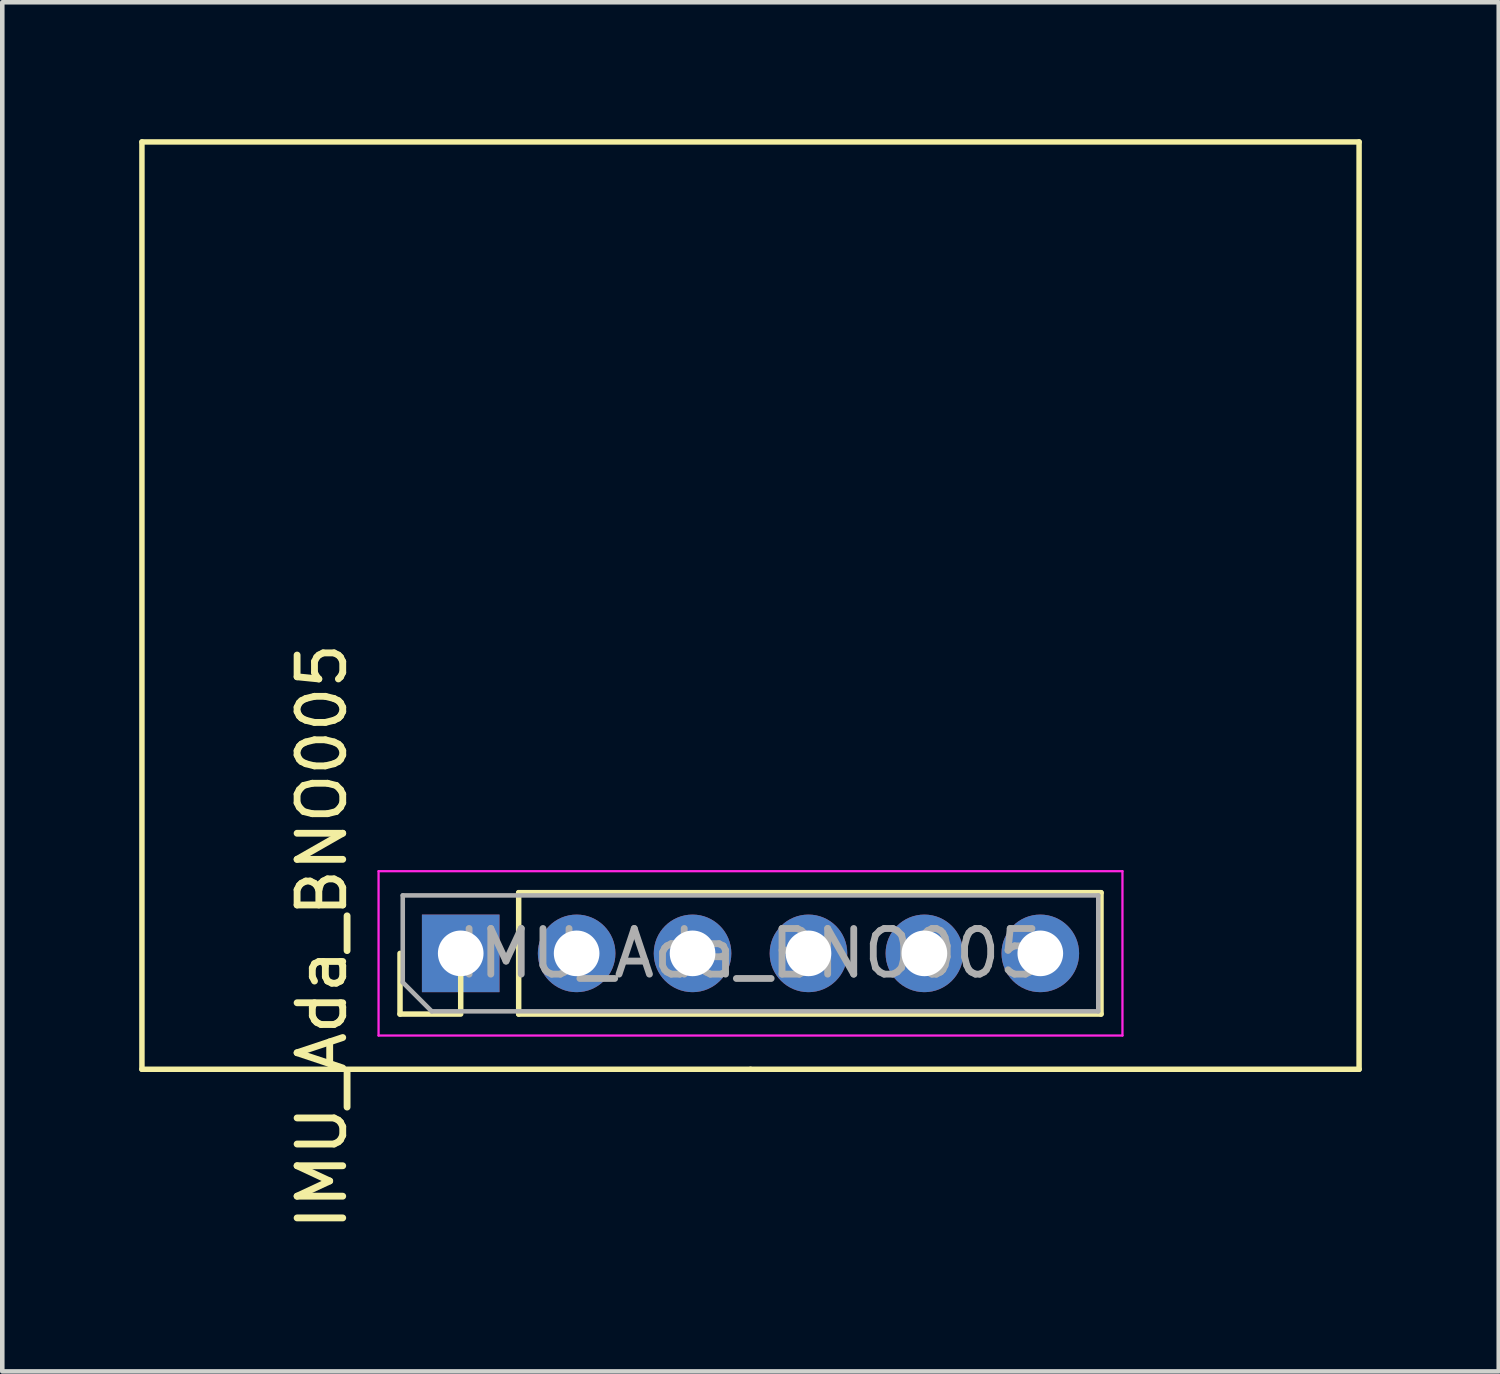
<source format=kicad_pcb>
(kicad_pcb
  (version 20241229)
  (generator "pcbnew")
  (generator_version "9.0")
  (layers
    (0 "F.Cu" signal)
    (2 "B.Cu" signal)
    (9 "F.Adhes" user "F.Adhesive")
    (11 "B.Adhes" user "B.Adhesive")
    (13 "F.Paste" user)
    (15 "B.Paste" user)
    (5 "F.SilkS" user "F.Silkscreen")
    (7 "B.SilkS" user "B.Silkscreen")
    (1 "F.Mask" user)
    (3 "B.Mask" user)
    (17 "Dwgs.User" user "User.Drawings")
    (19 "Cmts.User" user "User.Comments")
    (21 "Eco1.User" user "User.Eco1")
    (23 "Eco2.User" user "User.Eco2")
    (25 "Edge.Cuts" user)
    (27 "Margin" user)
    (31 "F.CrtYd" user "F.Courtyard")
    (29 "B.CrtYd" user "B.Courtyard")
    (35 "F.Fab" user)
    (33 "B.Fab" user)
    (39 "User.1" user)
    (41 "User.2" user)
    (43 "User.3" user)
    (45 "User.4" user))
  (footprint "IMU_Ada_BNO005"
    (layer "F.Cu")
    (at 7.045 17.84)
    (property "Reference" "IMU_Ada_BNO005" (at -3.04 -0.37 90) (layer "F.SilkS") (effects (font (size 1 1) (thickness 0.15))))
    (attr through_hole)
    (fp_line (start -6.985 -17.78) (end -6.985 2.54) (stroke (width 0.12) (type solid)) (layer "F.SilkS"))
    (fp_line (start -6.985 -17.78) (end 19.685 -17.78) (stroke (width 0.12) (type solid)) (layer "F.SilkS"))
    (fp_line (start -6.985 2.54) (end 6.35 2.54) (stroke (width 0.12) (type solid)) (layer "F.SilkS"))
    (fp_line (start -1.33 1.33) (end -1.33 0) (stroke (width 0.12) (type solid)) (layer "F.SilkS"))
    (fp_line (start 0 0) (end 0 1.27) (stroke (width 0.12) (type solid)) (layer "F.SilkS"))
    (fp_line (start 0 1.33) (end -1.33 1.33) (stroke (width 0.12) (type solid)) (layer "F.SilkS"))
    (fp_line (start 1.27 -1.33) (end 14.03 -1.33) (stroke (width 0.12) (type solid)) (layer "F.SilkS"))
    (fp_line (start 1.27 1.33) (end 1.27 -1.33) (stroke (width 0.12) (type solid)) (layer "F.SilkS"))
    (fp_line (start 1.27 1.33) (end 14.03 1.33) (stroke (width 0.12) (type solid)) (layer "F.SilkS"))
    (fp_line (start 14.03 1.33) (end 14.03 -1.33) (stroke (width 0.12) (type solid)) (layer "F.SilkS"))
    (fp_line (start 19.685 -17.78) (end 19.685 2.54) (stroke (width 0.12) (type solid)) (layer "F.SilkS"))
    (fp_line (start 19.685 2.54) (end 6.35 2.54) (stroke (width 0.12) (type solid)) (layer "F.SilkS"))
    (fp_line (start -1.8 -1.8) (end -1.8 1.8) (stroke (width 0.05) (type solid)) (layer "F.CrtYd"))
    (fp_line (start -1.8 1.8) (end 14.5 1.8) (stroke (width 0.05) (type solid)) (layer "F.CrtYd"))
    (fp_line (start 14.5 -1.8) (end -1.8 -1.8) (stroke (width 0.05) (type solid)) (layer "F.CrtYd"))
    (fp_line (start 14.5 1.8) (end 14.5 -1.8) (stroke (width 0.05) (type solid)) (layer "F.CrtYd"))
    (fp_line (start -1.27 -1.27) (end 13.97 -1.27) (stroke (width 0.1) (type solid)) (layer "F.Fab"))
    (fp_line (start -1.27 0.635) (end -1.27 -1.27) (stroke (width 0.1) (type solid)) (layer "F.Fab"))
    (fp_line (start -0.635 1.27) (end -1.27 0.635) (stroke (width 0.1) (type solid)) (layer "F.Fab"))
    (fp_line (start 13.97 -1.27) (end 13.97 1.27) (stroke (width 0.1) (type solid)) (layer "F.Fab"))
    (fp_line (start 13.97 1.27) (end -0.635 1.27) (stroke (width 0.1) (type solid)) (layer "F.Fab"))
    (fp_text user "${REFERENCE}" (at 6.35 0 180) (layer "F.Fab") (effects (font (size 1 1) (thickness 0.15))))
    (pad "1" thru_hole rect (at 0 0 90) (size 1.7 1.7) (drill 1) (layers "*.Cu" "*.Mask"))
    (pad "2" thru_hole oval (at 2.54 0 90) (size 1.7 1.7) (drill 1) (layers "*.Cu" "*.Mask"))
    (pad "3" thru_hole oval (at 5.08 0 90) (size 1.7 1.7) (drill 1) (layers "*.Cu" "*.Mask"))
    (pad "4" thru_hole oval (at 7.62 0 90) (size 1.7 1.7) (drill 1) (layers "*.Cu" "*.Mask"))
    (pad "5" thru_hole oval (at 10.16 0 90) (size 1.7 1.7) (drill 1) (layers "*.Cu" "*.Mask"))
    (pad "6" thru_hole oval (at 12.7 0 90) (size 1.7 1.7) (drill 1) (layers "*.Cu" "*.Mask")))
  (gr_rect
    (start -3 -3)
    (end 29.79 27)
    (stroke (width 0.1) (type default))
    (fill no)
    (layer "Edge.Cuts")))
</source>
